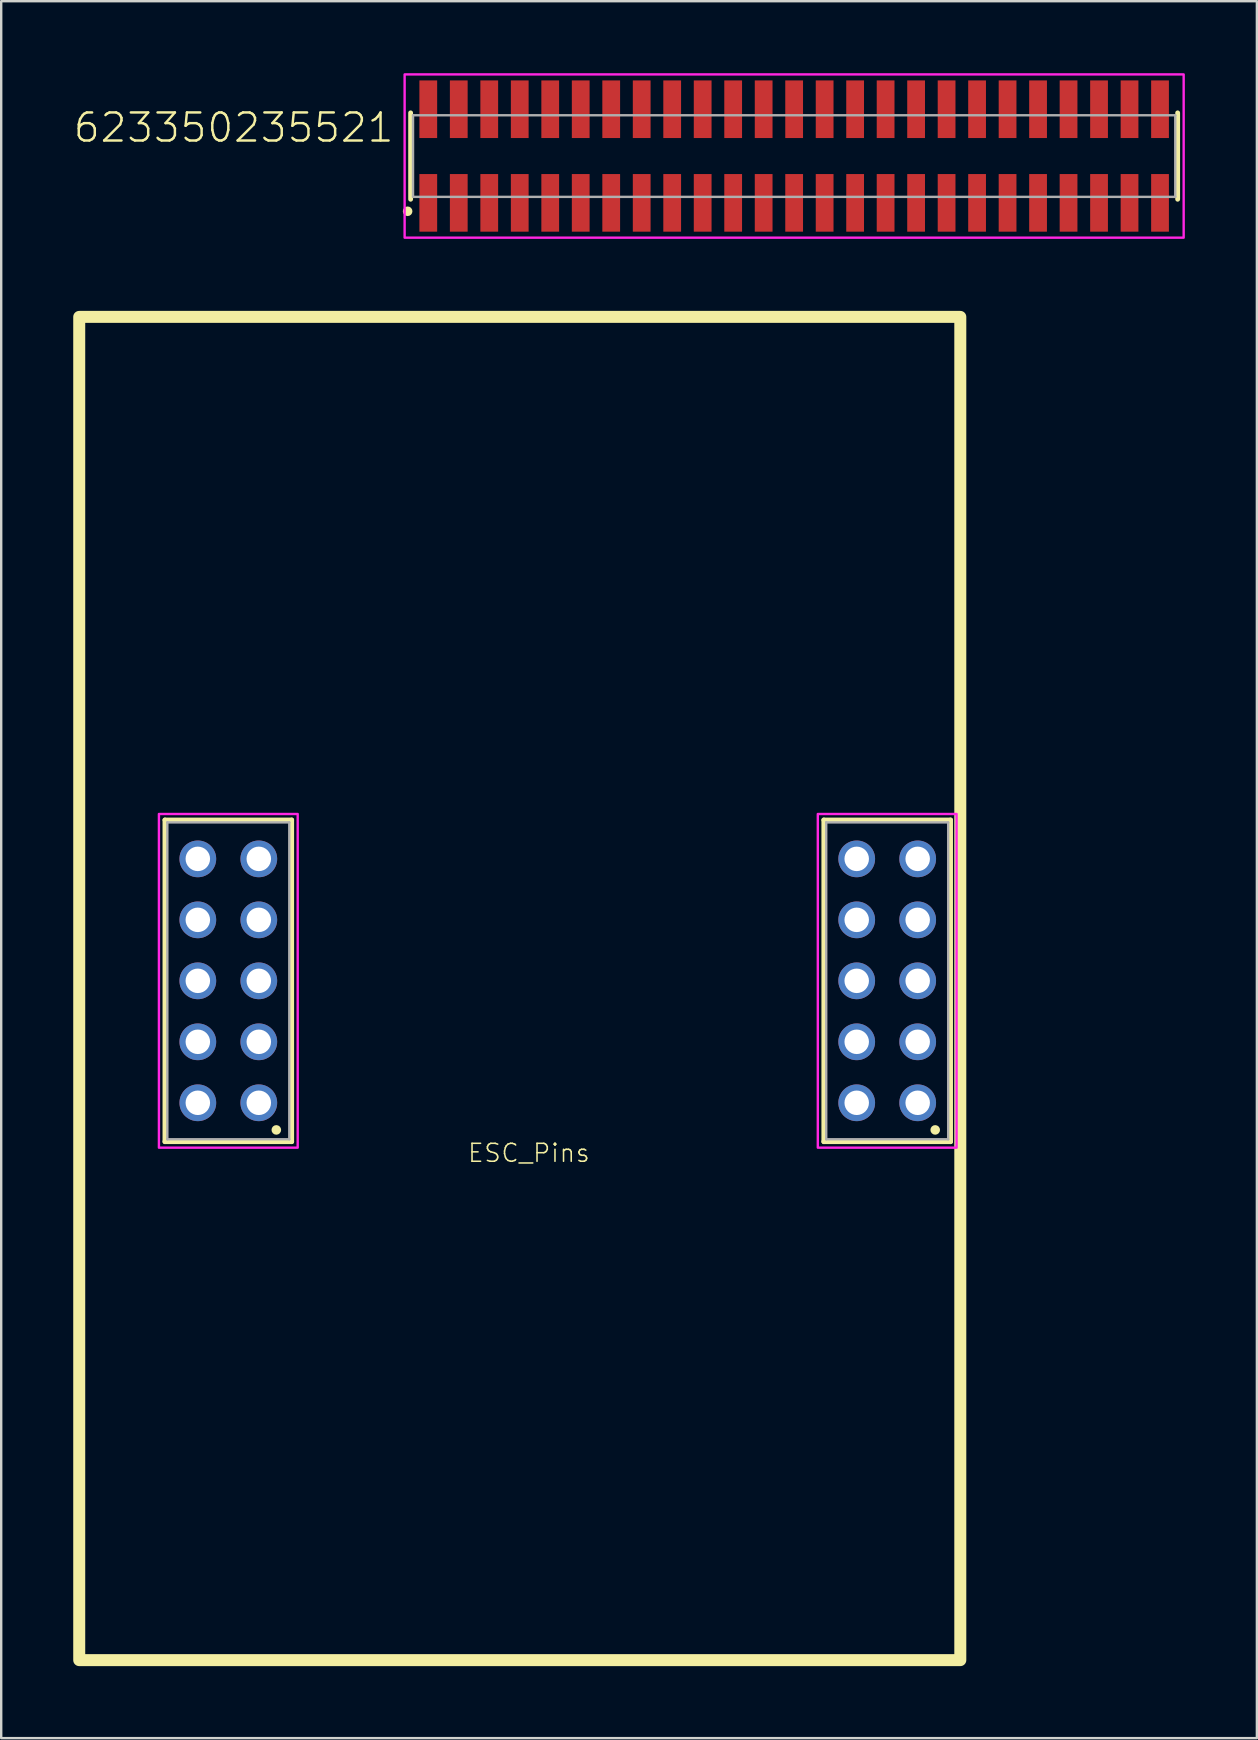
<source format=kicad_pcb>
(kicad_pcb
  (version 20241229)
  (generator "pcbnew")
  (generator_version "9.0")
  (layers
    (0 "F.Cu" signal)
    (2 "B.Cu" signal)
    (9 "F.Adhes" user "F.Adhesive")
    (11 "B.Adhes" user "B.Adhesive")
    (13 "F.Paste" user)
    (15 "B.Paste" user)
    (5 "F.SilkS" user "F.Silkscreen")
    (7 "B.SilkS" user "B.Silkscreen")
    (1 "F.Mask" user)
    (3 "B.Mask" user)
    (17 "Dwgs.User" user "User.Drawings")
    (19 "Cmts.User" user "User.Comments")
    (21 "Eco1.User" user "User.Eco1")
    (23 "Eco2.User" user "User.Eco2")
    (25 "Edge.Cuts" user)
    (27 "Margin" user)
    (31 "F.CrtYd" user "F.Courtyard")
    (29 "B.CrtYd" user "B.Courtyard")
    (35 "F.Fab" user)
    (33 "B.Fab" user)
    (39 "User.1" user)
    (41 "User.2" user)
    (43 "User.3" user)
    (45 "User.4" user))
  (footprint "ESC_Pins"
    (layer "F.Cu")
    (at 20.09 37.795)
    (property "Reference" "ESC_Pins" (at 1.48 7.62 0) (unlocked yes) (layer "F.SilkS") (effects (font (size 0.748 0.748) (thickness 0.065)) (justify right bottom)))
    (fp_line (start -16.27 -6.69) (end -10.99 -6.69) (stroke (width 0.2) (type solid)) (layer "F.SilkS"))
    (fp_line (start -16.27 6.71) (end -16.27 -6.69) (stroke (width 0.2) (type solid)) (layer "F.SilkS"))
    (fp_line (start -10.99 -6.69) (end -10.99 6.71) (stroke (width 0.2) (type solid)) (layer "F.SilkS"))
    (fp_line (start -10.99 6.71) (end -16.27 6.71) (stroke (width 0.2) (type solid)) (layer "F.SilkS"))
    (fp_line (start 11.175 -6.69) (end 16.455 -6.69) (stroke (width 0.2) (type solid)) (layer "F.SilkS"))
    (fp_line (start 11.175 6.71) (end 11.175 -6.69) (stroke (width 0.2) (type solid)) (layer "F.SilkS"))
    (fp_line (start 16.455 -6.69) (end 16.455 6.71) (stroke (width 0.2) (type solid)) (layer "F.SilkS"))
    (fp_line (start 16.455 6.71) (end 11.175 6.71) (stroke (width 0.2) (type solid)) (layer "F.SilkS"))
    (fp_rect (start -19.84 -27.645) (end 16.86 28.305) (stroke (width 0.5) (type default)) (fill no) (layer "F.SilkS"))
    (fp_circle (center -11.63 6.22) (end -11.63 6.12) (stroke (width 0.2) (type solid)) (fill no) (layer "F.SilkS"))
    (fp_circle (center 15.815 6.22) (end 15.815 6.12) (stroke (width 0.2) (type solid)) (fill no) (layer "F.SilkS"))
    (fp_rect (start -16.52 -6.94) (end -10.74 6.96) (stroke (width 0.1) (type default)) (fill no) (layer "F.CrtYd"))
    (fp_rect (start 10.925 -6.94) (end 16.705 6.96) (stroke (width 0.1) (type default)) (fill no) (layer "F.CrtYd"))
    (fp_line (start -16.17 -6.59) (end -16.17 6.61) (stroke (width 0.1) (type solid)) (layer "F.Fab"))
    (fp_line (start -16.17 6.61) (end -11.09 6.61) (stroke (width 0.1) (type solid)) (layer "F.Fab"))
    (fp_line (start -11.09 -6.59) (end -16.17 -6.59) (stroke (width 0.1) (type solid)) (layer "F.Fab"))
    (fp_line (start -11.09 6.61) (end -11.09 -6.59) (stroke (width 0.1) (type solid)) (layer "F.Fab"))
    (fp_line (start 11.275 -6.59) (end 11.275 6.61) (stroke (width 0.1) (type solid)) (layer "F.Fab"))
    (fp_line (start 11.275 6.61) (end 16.355 6.61) (stroke (width 0.1) (type solid)) (layer "F.Fab"))
    (fp_line (start 16.355 -6.59) (end 11.275 -6.59) (stroke (width 0.1) (type solid)) (layer "F.Fab"))
    (fp_line (start 16.355 6.61) (end 16.355 -6.59) (stroke (width 0.1) (type solid)) (layer "F.Fab"))
    (pad "1" thru_hole circle (at -12.36 5.09 90) (size 1.53 1.53) (drill 1.02) (layers "*.Cu" "*.Mask"))
    (pad "2" thru_hole circle (at -14.9 5.09 90) (size 1.53 1.53) (drill 1.02) (layers "*.Cu" "*.Mask"))
    (pad "3" thru_hole circle (at -12.36 2.55 90) (size 1.53 1.53) (drill 1.02) (layers "*.Cu" "*.Mask"))
    (pad "4" thru_hole circle (at -14.9 2.55 90) (size 1.53 1.53) (drill 1.02) (layers "*.Cu" "*.Mask"))
    (pad "5" thru_hole circle (at -12.36 0.01 90) (size 1.53 1.53) (drill 1.02) (layers "*.Cu" "*.Mask"))
    (pad "6" thru_hole circle (at -14.9 0.01 90) (size 1.53 1.53) (drill 1.02) (layers "*.Cu" "*.Mask"))
    (pad "7" thru_hole circle (at -12.36 -2.53 90) (size 1.53 1.53) (drill 1.02) (layers "*.Cu" "*.Mask"))
    (pad "8" thru_hole circle (at -14.9 -2.53 90) (size 1.53 1.53) (drill 1.02) (layers "*.Cu" "*.Mask"))
    (pad "9" thru_hole circle (at -12.36 -5.07 90) (size 1.53 1.53) (drill 1.02) (layers "*.Cu" "*.Mask"))
    (pad "10" thru_hole circle (at -14.9 -5.07 90) (size 1.53 1.53) (drill 1.02) (layers "*.Cu" "*.Mask"))
    (pad "11" thru_hole circle (at 15.085 5.09 90) (size 1.53 1.53) (drill 1.02) (layers "*.Cu" "*.Mask"))
    (pad "12" thru_hole circle (at 12.545 5.09 90) (size 1.53 1.53) (drill 1.02) (layers "*.Cu" "*.Mask"))
    (pad "13" thru_hole circle (at 15.085 2.55 90) (size 1.53 1.53) (drill 1.02) (layers "*.Cu" "*.Mask"))
    (pad "14" thru_hole circle (at 12.545 2.55 90) (size 1.53 1.53) (drill 1.02) (layers "*.Cu" "*.Mask"))
    (pad "15" thru_hole circle (at 15.085 0.01 90) (size 1.53 1.53) (drill 1.02) (layers "*.Cu" "*.Mask"))
    (pad "16" thru_hole circle (at 12.545 0.01 90) (size 1.53 1.53) (drill 1.02) (layers "*.Cu" "*.Mask"))
    (pad "17" thru_hole circle (at 15.085 -2.53 90) (size 1.53 1.53) (drill 1.02) (layers "*.Cu" "*.Mask"))
    (pad "18" thru_hole circle (at 12.545 -2.53 90) (size 1.53 1.53) (drill 1.02) (layers "*.Cu" "*.Mask"))
    (pad "19" thru_hole circle (at 15.085 -5.07 90) (size 1.53 1.53) (drill 1.02) (layers "*.Cu" "*.Mask"))
    (pad "20" thru_hole circle (at 12.545 -5.07 90) (size 1.53 1.53) (drill 1.02) (layers "*.Cu" "*.Mask")))
  (footprint "623350235521"
    (layer "F.Cu")
    (at 30.029 3.45)
    (property "Reference" "623350235521" (at -16.605 -0.5 0) (unlocked yes) (layer "F.SilkS") (effects (font (size 1.168 1.168) (thickness 0.102)) (justify right bottom)))
    (fp_line (start -15.975 -1.8) (end -15.975 1.8) (stroke (width 0.2) (type solid)) (layer "F.SilkS"))
    (fp_line (start 15.975 -1.8) (end 15.975 1.8) (stroke (width 0.2) (type solid)) (layer "F.SilkS"))
    (fp_circle (center -16.1 2.3) (end -16 2.3) (stroke (width 0.2) (type solid)) (fill no) (layer "F.SilkS"))
    (fp_poly (pts (xy 16.225 3.4) (xy -16.225 3.4) (xy -16.225 -3.4) (xy 16.225 -3.4)) (stroke (width 0.1) (type default)) (fill no) (layer "F.CrtYd"))
    (fp_line (start -15.875 -1.7) (end -15.875 1.7) (stroke (width 0.1) (type solid)) (layer "F.Fab"))
    (fp_line (start -15.875 1.7) (end 15.875 1.7) (stroke (width 0.1) (type solid)) (layer "F.Fab"))
    (fp_line (start 15.875 -1.7) (end -15.875 -1.7) (stroke (width 0.1) (type solid)) (layer "F.Fab"))
    (fp_line (start 15.875 1.7) (end 15.875 -1.7) (stroke (width 0.1) (type solid)) (layer "F.Fab"))
    (pad "1" smd rect (at -15.24 1.95) (size 0.74 2.4) (layers "F.Cu" "F.Mask" "F.Paste"))
    (pad "2" smd rect (at -15.24 -1.95) (size 0.74 2.4) (layers "F.Cu" "F.Mask" "F.Paste"))
    (pad "3" smd rect (at -13.97 1.95) (size 0.74 2.4) (layers "F.Cu" "F.Mask" "F.Paste"))
    (pad "4" smd rect (at -13.97 -1.95) (size 0.74 2.4) (layers "F.Cu" "F.Mask" "F.Paste"))
    (pad "5" smd rect (at -12.7 1.95) (size 0.74 2.4) (layers "F.Cu" "F.Mask" "F.Paste"))
    (pad "6" smd rect (at -12.7 -1.95) (size 0.74 2.4) (layers "F.Cu" "F.Mask" "F.Paste"))
    (pad "7" smd rect (at -11.43 1.95) (size 0.74 2.4) (layers "F.Cu" "F.Mask" "F.Paste"))
    (pad "8" smd rect (at -11.43 -1.95) (size 0.74 2.4) (layers "F.Cu" "F.Mask" "F.Paste"))
    (pad "9" smd rect (at -10.16 1.95) (size 0.74 2.4) (layers "F.Cu" "F.Mask" "F.Paste"))
    (pad "10" smd rect (at -10.16 -1.95) (size 0.74 2.4) (layers "F.Cu" "F.Mask" "F.Paste"))
    (pad "11" smd rect (at -8.89 1.95) (size 0.74 2.4) (layers "F.Cu" "F.Mask" "F.Paste"))
    (pad "12" smd rect (at -8.89 -1.95) (size 0.74 2.4) (layers "F.Cu" "F.Mask" "F.Paste"))
    (pad "13" smd rect (at -7.62 1.95) (size 0.74 2.4) (layers "F.Cu" "F.Mask" "F.Paste"))
    (pad "14" smd rect (at -7.62 -1.95) (size 0.74 2.4) (layers "F.Cu" "F.Mask" "F.Paste"))
    (pad "15" smd rect (at -6.35 1.95) (size 0.74 2.4) (layers "F.Cu" "F.Mask" "F.Paste"))
    (pad "16" smd rect (at -6.35 -1.95) (size 0.74 2.4) (layers "F.Cu" "F.Mask" "F.Paste"))
    (pad "17" smd rect (at -5.08 1.95) (size 0.74 2.4) (layers "F.Cu" "F.Mask" "F.Paste"))
    (pad "18" smd rect (at -5.08 -1.95) (size 0.74 2.4) (layers "F.Cu" "F.Mask" "F.Paste"))
    (pad "19" smd rect (at -3.81 1.95) (size 0.74 2.4) (layers "F.Cu" "F.Mask" "F.Paste"))
    (pad "20" smd rect (at -3.81 -1.95) (size 0.74 2.4) (layers "F.Cu" "F.Mask" "F.Paste"))
    (pad "21" smd rect (at -2.54 1.95) (size 0.74 2.4) (layers "F.Cu" "F.Mask" "F.Paste"))
    (pad "22" smd rect (at -2.54 -1.95) (size 0.74 2.4) (layers "F.Cu" "F.Mask" "F.Paste"))
    (pad "23" smd rect (at -1.27 1.95) (size 0.74 2.4) (layers "F.Cu" "F.Mask" "F.Paste"))
    (pad "24" smd rect (at -1.27 -1.95) (size 0.74 2.4) (layers "F.Cu" "F.Mask" "F.Paste"))
    (pad "25" smd rect (at 0 1.95) (size 0.74 2.4) (layers "F.Cu" "F.Mask" "F.Paste"))
    (pad "26" smd rect (at 0 -1.95) (size 0.74 2.4) (layers "F.Cu" "F.Mask" "F.Paste"))
    (pad "27" smd rect (at 1.27 1.95) (size 0.74 2.4) (layers "F.Cu" "F.Mask" "F.Paste"))
    (pad "28" smd rect (at 1.27 -1.95) (size 0.74 2.4) (layers "F.Cu" "F.Mask" "F.Paste"))
    (pad "29" smd rect (at 2.54 1.95) (size 0.74 2.4) (layers "F.Cu" "F.Mask" "F.Paste"))
    (pad "30" smd rect (at 2.54 -1.95) (size 0.74 2.4) (layers "F.Cu" "F.Mask" "F.Paste"))
    (pad "31" smd rect (at 3.81 1.95) (size 0.74 2.4) (layers "F.Cu" "F.Mask" "F.Paste"))
    (pad "32" smd rect (at 3.81 -1.95) (size 0.74 2.4) (layers "F.Cu" "F.Mask" "F.Paste"))
    (pad "33" smd rect (at 5.08 1.95) (size 0.74 2.4) (layers "F.Cu" "F.Mask" "F.Paste"))
    (pad "34" smd rect (at 5.08 -1.95) (size 0.74 2.4) (layers "F.Cu" "F.Mask" "F.Paste"))
    (pad "35" smd rect (at 6.35 1.95) (size 0.74 2.4) (layers "F.Cu" "F.Mask" "F.Paste"))
    (pad "36" smd rect (at 6.35 -1.95) (size 0.74 2.4) (layers "F.Cu" "F.Mask" "F.Paste"))
    (pad "37" smd rect (at 7.62 1.95) (size 0.74 2.4) (layers "F.Cu" "F.Mask" "F.Paste"))
    (pad "38" smd rect (at 7.62 -1.95) (size 0.74 2.4) (layers "F.Cu" "F.Mask" "F.Paste"))
    (pad "39" smd rect (at 8.89 1.95) (size 0.74 2.4) (layers "F.Cu" "F.Mask" "F.Paste"))
    (pad "40" smd rect (at 8.89 -1.95) (size 0.74 2.4) (layers "F.Cu" "F.Mask" "F.Paste"))
    (pad "41" smd rect (at 10.16 1.95) (size 0.74 2.4) (layers "F.Cu" "F.Mask" "F.Paste"))
    (pad "42" smd rect (at 10.16 -1.95) (size 0.74 2.4) (layers "F.Cu" "F.Mask" "F.Paste"))
    (pad "43" smd rect (at 11.43 1.95) (size 0.74 2.4) (layers "F.Cu" "F.Mask" "F.Paste"))
    (pad "44" smd rect (at 11.43 -1.95) (size 0.74 2.4) (layers "F.Cu" "F.Mask" "F.Paste"))
    (pad "45" smd rect (at 12.7 1.95) (size 0.74 2.4) (layers "F.Cu" "F.Mask" "F.Paste"))
    (pad "46" smd rect (at 12.7 -1.95) (size 0.74 2.4) (layers "F.Cu" "F.Mask" "F.Paste"))
    (pad "47" smd rect (at 13.97 1.95) (size 0.74 2.4) (layers "F.Cu" "F.Mask" "F.Paste"))
    (pad "48" smd rect (at 13.97 -1.95) (size 0.74 2.4) (layers "F.Cu" "F.Mask" "F.Paste"))
    (pad "49" smd rect (at 15.24 1.95) (size 0.74 2.4) (layers "F.Cu" "F.Mask" "F.Paste"))
    (pad "50" smd rect (at 15.24 -1.95) (size 0.74 2.4) (layers "F.Cu" "F.Mask" "F.Paste")))
  (gr_rect
    (start -3 -3)
    (end 49.304 69.35)
    (stroke (width 0.1) (type default))
    (fill no)
    (layer "Edge.Cuts")))
</source>
